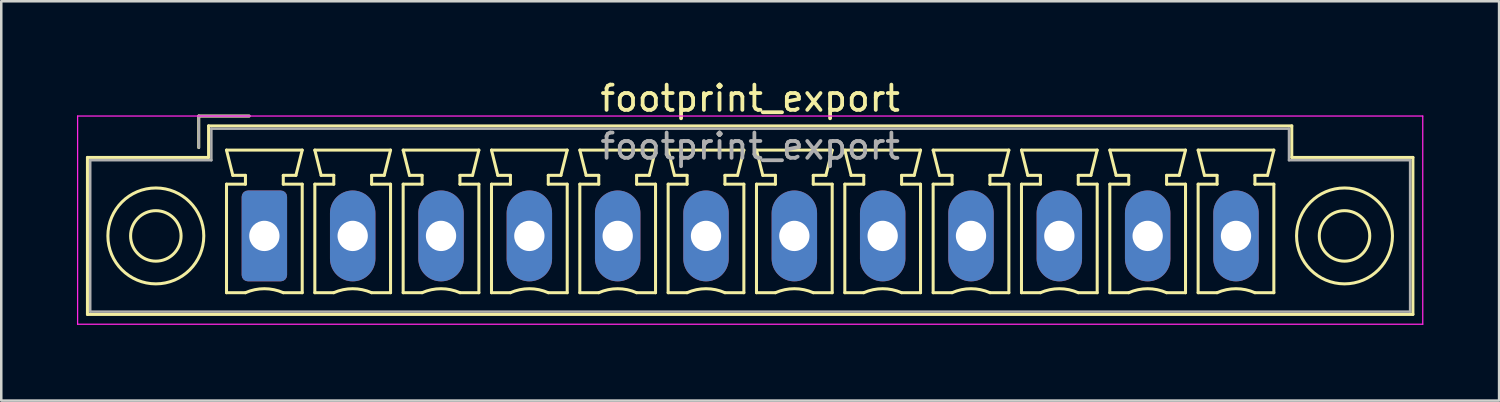
<source format=kicad_pcb>
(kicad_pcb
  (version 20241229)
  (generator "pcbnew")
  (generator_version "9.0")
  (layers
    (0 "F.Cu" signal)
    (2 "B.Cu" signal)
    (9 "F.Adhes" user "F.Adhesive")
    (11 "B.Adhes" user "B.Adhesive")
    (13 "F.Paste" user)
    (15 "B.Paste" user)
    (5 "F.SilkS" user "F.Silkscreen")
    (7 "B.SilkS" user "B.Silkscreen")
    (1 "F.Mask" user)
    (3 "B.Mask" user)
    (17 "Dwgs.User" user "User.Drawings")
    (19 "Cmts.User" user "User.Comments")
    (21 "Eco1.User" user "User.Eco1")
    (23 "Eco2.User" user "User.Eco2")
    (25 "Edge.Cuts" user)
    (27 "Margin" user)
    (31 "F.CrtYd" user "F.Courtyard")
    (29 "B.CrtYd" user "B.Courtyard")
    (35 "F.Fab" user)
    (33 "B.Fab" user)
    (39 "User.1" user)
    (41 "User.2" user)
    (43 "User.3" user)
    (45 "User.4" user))
  (footprint "footprint_export"
    (layer "F.Cu")
    (at 7.425 6.298)
    (property "Reference" "footprint_export" (at 19.25 -5.45 0) (layer "F.SilkS") (effects (font (size 1 1) (thickness 0.15))))
    (attr through_hole)
    (fp_line (start -7.01 -3.11) (end -7.01 3.11) (stroke (width 0.12) (type solid)) (layer "F.SilkS"))
    (fp_line (start -7.01 3.11) (end 45.51 3.11) (stroke (width 0.12) (type solid)) (layer "F.SilkS"))
    (fp_line (start -2.6 -4.75) (end -0.6 -4.75) (stroke (width 0.12) (type solid)) (layer "F.SilkS"))
    (fp_line (start -2.6 -3.5) (end -2.6 -4.75) (stroke (width 0.12) (type solid)) (layer "F.SilkS"))
    (fp_line (start -2.21 -4.36) (end -2.21 -3.11) (stroke (width 0.12) (type solid)) (layer "F.SilkS"))
    (fp_line (start -2.21 -3.11) (end -7.01 -3.11) (stroke (width 0.12) (type solid)) (layer "F.SilkS"))
    (fp_line (start -1.5 -3.4) (end 1.5 -3.4) (stroke (width 0.12) (type solid)) (layer "F.SilkS"))
    (fp_line (start -1.5 -2.05) (end -0.75 -2.05) (stroke (width 0.12) (type solid)) (layer "F.SilkS"))
    (fp_line (start -1.5 2.25) (end -1.5 -2.05) (stroke (width 0.12) (type solid)) (layer "F.SilkS"))
    (fp_line (start -1.25 -2.4) (end -1.5 -3.4) (stroke (width 0.12) (type solid)) (layer "F.SilkS"))
    (fp_line (start -0.75 -2.4) (end -1.25 -2.4) (stroke (width 0.12) (type solid)) (layer "F.SilkS"))
    (fp_line (start -0.75 -2.05) (end -0.75 -2.4) (stroke (width 0.12) (type solid)) (layer "F.SilkS"))
    (fp_line (start -0.75 2.25) (end -1.5 2.25) (stroke (width 0.12) (type solid)) (layer "F.SilkS"))
    (fp_line (start 0.75 -2.4) (end 0.75 -2.05) (stroke (width 0.12) (type solid)) (layer "F.SilkS"))
    (fp_line (start 0.75 -2.05) (end 1.5 -2.05) (stroke (width 0.12) (type solid)) (layer "F.SilkS"))
    (fp_line (start 1.25 -2.4) (end 0.75 -2.4) (stroke (width 0.12) (type solid)) (layer "F.SilkS"))
    (fp_line (start 1.5 -3.4) (end 1.25 -2.4) (stroke (width 0.12) (type solid)) (layer "F.SilkS"))
    (fp_line (start 1.5 -2.05) (end 1.5 2.25) (stroke (width 0.12) (type solid)) (layer "F.SilkS"))
    (fp_line (start 1.5 2.25) (end 0.75 2.25) (stroke (width 0.12) (type solid)) (layer "F.SilkS"))
    (fp_line (start 2 -3.4) (end 5 -3.4) (stroke (width 0.12) (type solid)) (layer "F.SilkS"))
    (fp_line (start 2 -2.05) (end 2.75 -2.05) (stroke (width 0.12) (type solid)) (layer "F.SilkS"))
    (fp_line (start 2 2.25) (end 2 -2.05) (stroke (width 0.12) (type solid)) (layer "F.SilkS"))
    (fp_line (start 2.25 -2.4) (end 2 -3.4) (stroke (width 0.12) (type solid)) (layer "F.SilkS"))
    (fp_line (start 2.75 -2.4) (end 2.25 -2.4) (stroke (width 0.12) (type solid)) (layer "F.SilkS"))
    (fp_line (start 2.75 -2.05) (end 2.75 -2.4) (stroke (width 0.12) (type solid)) (layer "F.SilkS"))
    (fp_line (start 2.75 2.25) (end 2 2.25) (stroke (width 0.12) (type solid)) (layer "F.SilkS"))
    (fp_line (start 4.25 -2.4) (end 4.25 -2.05) (stroke (width 0.12) (type solid)) (layer "F.SilkS"))
    (fp_line (start 4.25 -2.05) (end 5 -2.05) (stroke (width 0.12) (type solid)) (layer "F.SilkS"))
    (fp_line (start 4.75 -2.4) (end 4.25 -2.4) (stroke (width 0.12) (type solid)) (layer "F.SilkS"))
    (fp_line (start 5 -3.4) (end 4.75 -2.4) (stroke (width 0.12) (type solid)) (layer "F.SilkS"))
    (fp_line (start 5 -2.05) (end 5 2.25) (stroke (width 0.12) (type solid)) (layer "F.SilkS"))
    (fp_line (start 5 2.25) (end 4.25 2.25) (stroke (width 0.12) (type solid)) (layer "F.SilkS"))
    (fp_line (start 5.5 -3.4) (end 8.5 -3.4) (stroke (width 0.12) (type solid)) (layer "F.SilkS"))
    (fp_line (start 5.5 -2.05) (end 6.25 -2.05) (stroke (width 0.12) (type solid)) (layer "F.SilkS"))
    (fp_line (start 5.5 2.25) (end 5.5 -2.05) (stroke (width 0.12) (type solid)) (layer "F.SilkS"))
    (fp_line (start 5.75 -2.4) (end 5.5 -3.4) (stroke (width 0.12) (type solid)) (layer "F.SilkS"))
    (fp_line (start 6.25 -2.4) (end 5.75 -2.4) (stroke (width 0.12) (type solid)) (layer "F.SilkS"))
    (fp_line (start 6.25 -2.05) (end 6.25 -2.4) (stroke (width 0.12) (type solid)) (layer "F.SilkS"))
    (fp_line (start 6.25 2.25) (end 5.5 2.25) (stroke (width 0.12) (type solid)) (layer "F.SilkS"))
    (fp_line (start 7.75 -2.4) (end 7.75 -2.05) (stroke (width 0.12) (type solid)) (layer "F.SilkS"))
    (fp_line (start 7.75 -2.05) (end 8.5 -2.05) (stroke (width 0.12) (type solid)) (layer "F.SilkS"))
    (fp_line (start 8.25 -2.4) (end 7.75 -2.4) (stroke (width 0.12) (type solid)) (layer "F.SilkS"))
    (fp_line (start 8.5 -3.4) (end 8.25 -2.4) (stroke (width 0.12) (type solid)) (layer "F.SilkS"))
    (fp_line (start 8.5 -2.05) (end 8.5 2.25) (stroke (width 0.12) (type solid)) (layer "F.SilkS"))
    (fp_line (start 8.5 2.25) (end 7.75 2.25) (stroke (width 0.12) (type solid)) (layer "F.SilkS"))
    (fp_line (start 9 -3.4) (end 12 -3.4) (stroke (width 0.12) (type solid)) (layer "F.SilkS"))
    (fp_line (start 9 -2.05) (end 9.75 -2.05) (stroke (width 0.12) (type solid)) (layer "F.SilkS"))
    (fp_line (start 9 2.25) (end 9 -2.05) (stroke (width 0.12) (type solid)) (layer "F.SilkS"))
    (fp_line (start 9.25 -2.4) (end 9 -3.4) (stroke (width 0.12) (type solid)) (layer "F.SilkS"))
    (fp_line (start 9.75 -2.4) (end 9.25 -2.4) (stroke (width 0.12) (type solid)) (layer "F.SilkS"))
    (fp_line (start 9.75 -2.05) (end 9.75 -2.4) (stroke (width 0.12) (type solid)) (layer "F.SilkS"))
    (fp_line (start 9.75 2.25) (end 9 2.25) (stroke (width 0.12) (type solid)) (layer "F.SilkS"))
    (fp_line (start 11.25 -2.4) (end 11.25 -2.05) (stroke (width 0.12) (type solid)) (layer "F.SilkS"))
    (fp_line (start 11.25 -2.05) (end 12 -2.05) (stroke (width 0.12) (type solid)) (layer "F.SilkS"))
    (fp_line (start 11.75 -2.4) (end 11.25 -2.4) (stroke (width 0.12) (type solid)) (layer "F.SilkS"))
    (fp_line (start 12 -3.4) (end 11.75 -2.4) (stroke (width 0.12) (type solid)) (layer "F.SilkS"))
    (fp_line (start 12 -2.05) (end 12 2.25) (stroke (width 0.12) (type solid)) (layer "F.SilkS"))
    (fp_line (start 12 2.25) (end 11.25 2.25) (stroke (width 0.12) (type solid)) (layer "F.SilkS"))
    (fp_line (start 12.5 -3.4) (end 15.5 -3.4) (stroke (width 0.12) (type solid)) (layer "F.SilkS"))
    (fp_line (start 12.5 -2.05) (end 13.25 -2.05) (stroke (width 0.12) (type solid)) (layer "F.SilkS"))
    (fp_line (start 12.5 2.25) (end 12.5 -2.05) (stroke (width 0.12) (type solid)) (layer "F.SilkS"))
    (fp_line (start 12.75 -2.4) (end 12.5 -3.4) (stroke (width 0.12) (type solid)) (layer "F.SilkS"))
    (fp_line (start 13.25 -2.4) (end 12.75 -2.4) (stroke (width 0.12) (type solid)) (layer "F.SilkS"))
    (fp_line (start 13.25 -2.05) (end 13.25 -2.4) (stroke (width 0.12) (type solid)) (layer "F.SilkS"))
    (fp_line (start 13.25 2.25) (end 12.5 2.25) (stroke (width 0.12) (type solid)) (layer "F.SilkS"))
    (fp_line (start 14.75 -2.4) (end 14.75 -2.05) (stroke (width 0.12) (type solid)) (layer "F.SilkS"))
    (fp_line (start 14.75 -2.05) (end 15.5 -2.05) (stroke (width 0.12) (type solid)) (layer "F.SilkS"))
    (fp_line (start 15.25 -2.4) (end 14.75 -2.4) (stroke (width 0.12) (type solid)) (layer "F.SilkS"))
    (fp_line (start 15.5 -3.4) (end 15.25 -2.4) (stroke (width 0.12) (type solid)) (layer "F.SilkS"))
    (fp_line (start 15.5 -2.05) (end 15.5 2.25) (stroke (width 0.12) (type solid)) (layer "F.SilkS"))
    (fp_line (start 15.5 2.25) (end 14.75 2.25) (stroke (width 0.12) (type solid)) (layer "F.SilkS"))
    (fp_line (start 16 -3.4) (end 19 -3.4) (stroke (width 0.12) (type solid)) (layer "F.SilkS"))
    (fp_line (start 16 -2.05) (end 16.75 -2.05) (stroke (width 0.12) (type solid)) (layer "F.SilkS"))
    (fp_line (start 16 2.25) (end 16 -2.05) (stroke (width 0.12) (type solid)) (layer "F.SilkS"))
    (fp_line (start 16.25 -2.4) (end 16 -3.4) (stroke (width 0.12) (type solid)) (layer "F.SilkS"))
    (fp_line (start 16.75 -2.4) (end 16.25 -2.4) (stroke (width 0.12) (type solid)) (layer "F.SilkS"))
    (fp_line (start 16.75 -2.05) (end 16.75 -2.4) (stroke (width 0.12) (type solid)) (layer "F.SilkS"))
    (fp_line (start 16.75 2.25) (end 16 2.25) (stroke (width 0.12) (type solid)) (layer "F.SilkS"))
    (fp_line (start 18.25 -2.4) (end 18.25 -2.05) (stroke (width 0.12) (type solid)) (layer "F.SilkS"))
    (fp_line (start 18.25 -2.05) (end 19 -2.05) (stroke (width 0.12) (type solid)) (layer "F.SilkS"))
    (fp_line (start 18.75 -2.4) (end 18.25 -2.4) (stroke (width 0.12) (type solid)) (layer "F.SilkS"))
    (fp_line (start 19 -3.4) (end 18.75 -2.4) (stroke (width 0.12) (type solid)) (layer "F.SilkS"))
    (fp_line (start 19 -2.05) (end 19 2.25) (stroke (width 0.12) (type solid)) (layer "F.SilkS"))
    (fp_line (start 19 2.25) (end 18.25 2.25) (stroke (width 0.12) (type solid)) (layer "F.SilkS"))
    (fp_line (start 19.5 -3.4) (end 22.5 -3.4) (stroke (width 0.12) (type solid)) (layer "F.SilkS"))
    (fp_line (start 19.5 -2.05) (end 20.25 -2.05) (stroke (width 0.12) (type solid)) (layer "F.SilkS"))
    (fp_line (start 19.5 2.25) (end 19.5 -2.05) (stroke (width 0.12) (type solid)) (layer "F.SilkS"))
    (fp_line (start 19.75 -2.4) (end 19.5 -3.4) (stroke (width 0.12) (type solid)) (layer "F.SilkS"))
    (fp_line (start 20.25 -2.4) (end 19.75 -2.4) (stroke (width 0.12) (type solid)) (layer "F.SilkS"))
    (fp_line (start 20.25 -2.05) (end 20.25 -2.4) (stroke (width 0.12) (type solid)) (layer "F.SilkS"))
    (fp_line (start 20.25 2.25) (end 19.5 2.25) (stroke (width 0.12) (type solid)) (layer "F.SilkS"))
    (fp_line (start 21.75 -2.4) (end 21.75 -2.05) (stroke (width 0.12) (type solid)) (layer "F.SilkS"))
    (fp_line (start 21.75 -2.05) (end 22.5 -2.05) (stroke (width 0.12) (type solid)) (layer "F.SilkS"))
    (fp_line (start 22.25 -2.4) (end 21.75 -2.4) (stroke (width 0.12) (type solid)) (layer "F.SilkS"))
    (fp_line (start 22.5 -3.4) (end 22.25 -2.4) (stroke (width 0.12) (type solid)) (layer "F.SilkS"))
    (fp_line (start 22.5 -2.05) (end 22.5 2.25) (stroke (width 0.12) (type solid)) (layer "F.SilkS"))
    (fp_line (start 22.5 2.25) (end 21.75 2.25) (stroke (width 0.12) (type solid)) (layer "F.SilkS"))
    (fp_line (start 23 -3.4) (end 26 -3.4) (stroke (width 0.12) (type solid)) (layer "F.SilkS"))
    (fp_line (start 23 -2.05) (end 23.75 -2.05) (stroke (width 0.12) (type solid)) (layer "F.SilkS"))
    (fp_line (start 23 2.25) (end 23 -2.05) (stroke (width 0.12) (type solid)) (layer "F.SilkS"))
    (fp_line (start 23.25 -2.4) (end 23 -3.4) (stroke (width 0.12) (type solid)) (layer "F.SilkS"))
    (fp_line (start 23.75 -2.4) (end 23.25 -2.4) (stroke (width 0.12) (type solid)) (layer "F.SilkS"))
    (fp_line (start 23.75 -2.05) (end 23.75 -2.4) (stroke (width 0.12) (type solid)) (layer "F.SilkS"))
    (fp_line (start 23.75 2.25) (end 23 2.25) (stroke (width 0.12) (type solid)) (layer "F.SilkS"))
    (fp_line (start 25.25 -2.4) (end 25.25 -2.05) (stroke (width 0.12) (type solid)) (layer "F.SilkS"))
    (fp_line (start 25.25 -2.05) (end 26 -2.05) (stroke (width 0.12) (type solid)) (layer "F.SilkS"))
    (fp_line (start 25.75 -2.4) (end 25.25 -2.4) (stroke (width 0.12) (type solid)) (layer "F.SilkS"))
    (fp_line (start 26 -3.4) (end 25.75 -2.4) (stroke (width 0.12) (type solid)) (layer "F.SilkS"))
    (fp_line (start 26 -2.05) (end 26 2.25) (stroke (width 0.12) (type solid)) (layer "F.SilkS"))
    (fp_line (start 26 2.25) (end 25.25 2.25) (stroke (width 0.12) (type solid)) (layer "F.SilkS"))
    (fp_line (start 26.5 -3.4) (end 29.5 -3.4) (stroke (width 0.12) (type solid)) (layer "F.SilkS"))
    (fp_line (start 26.5 -2.05) (end 27.25 -2.05) (stroke (width 0.12) (type solid)) (layer "F.SilkS"))
    (fp_line (start 26.5 2.25) (end 26.5 -2.05) (stroke (width 0.12) (type solid)) (layer "F.SilkS"))
    (fp_line (start 26.75 -2.4) (end 26.5 -3.4) (stroke (width 0.12) (type solid)) (layer "F.SilkS"))
    (fp_line (start 27.25 -2.4) (end 26.75 -2.4) (stroke (width 0.12) (type solid)) (layer "F.SilkS"))
    (fp_line (start 27.25 -2.05) (end 27.25 -2.4) (stroke (width 0.12) (type solid)) (layer "F.SilkS"))
    (fp_line (start 27.25 2.25) (end 26.5 2.25) (stroke (width 0.12) (type solid)) (layer "F.SilkS"))
    (fp_line (start 28.75 -2.4) (end 28.75 -2.05) (stroke (width 0.12) (type solid)) (layer "F.SilkS"))
    (fp_line (start 28.75 -2.05) (end 29.5 -2.05) (stroke (width 0.12) (type solid)) (layer "F.SilkS"))
    (fp_line (start 29.25 -2.4) (end 28.75 -2.4) (stroke (width 0.12) (type solid)) (layer "F.SilkS"))
    (fp_line (start 29.5 -3.4) (end 29.25 -2.4) (stroke (width 0.12) (type solid)) (layer "F.SilkS"))
    (fp_line (start 29.5 -2.05) (end 29.5 2.25) (stroke (width 0.12) (type solid)) (layer "F.SilkS"))
    (fp_line (start 29.5 2.25) (end 28.75 2.25) (stroke (width 0.12) (type solid)) (layer "F.SilkS"))
    (fp_line (start 30 -3.4) (end 33 -3.4) (stroke (width 0.12) (type solid)) (layer "F.SilkS"))
    (fp_line (start 30 -2.05) (end 30.75 -2.05) (stroke (width 0.12) (type solid)) (layer "F.SilkS"))
    (fp_line (start 30 2.25) (end 30 -2.05) (stroke (width 0.12) (type solid)) (layer "F.SilkS"))
    (fp_line (start 30.25 -2.4) (end 30 -3.4) (stroke (width 0.12) (type solid)) (layer "F.SilkS"))
    (fp_line (start 30.75 -2.4) (end 30.25 -2.4) (stroke (width 0.12) (type solid)) (layer "F.SilkS"))
    (fp_line (start 30.75 -2.05) (end 30.75 -2.4) (stroke (width 0.12) (type solid)) (layer "F.SilkS"))
    (fp_line (start 30.75 2.25) (end 30 2.25) (stroke (width 0.12) (type solid)) (layer "F.SilkS"))
    (fp_line (start 32.25 -2.4) (end 32.25 -2.05) (stroke (width 0.12) (type solid)) (layer "F.SilkS"))
    (fp_line (start 32.25 -2.05) (end 33 -2.05) (stroke (width 0.12) (type solid)) (layer "F.SilkS"))
    (fp_line (start 32.75 -2.4) (end 32.25 -2.4) (stroke (width 0.12) (type solid)) (layer "F.SilkS"))
    (fp_line (start 33 -3.4) (end 32.75 -2.4) (stroke (width 0.12) (type solid)) (layer "F.SilkS"))
    (fp_line (start 33 -2.05) (end 33 2.25) (stroke (width 0.12) (type solid)) (layer "F.SilkS"))
    (fp_line (start 33 2.25) (end 32.25 2.25) (stroke (width 0.12) (type solid)) (layer "F.SilkS"))
    (fp_line (start 33.5 -3.4) (end 36.5 -3.4) (stroke (width 0.12) (type solid)) (layer "F.SilkS"))
    (fp_line (start 33.5 -2.05) (end 34.25 -2.05) (stroke (width 0.12) (type solid)) (layer "F.SilkS"))
    (fp_line (start 33.5 2.25) (end 33.5 -2.05) (stroke (width 0.12) (type solid)) (layer "F.SilkS"))
    (fp_line (start 33.75 -2.4) (end 33.5 -3.4) (stroke (width 0.12) (type solid)) (layer "F.SilkS"))
    (fp_line (start 34.25 -2.4) (end 33.75 -2.4) (stroke (width 0.12) (type solid)) (layer "F.SilkS"))
    (fp_line (start 34.25 -2.05) (end 34.25 -2.4) (stroke (width 0.12) (type solid)) (layer "F.SilkS"))
    (fp_line (start 34.25 2.25) (end 33.5 2.25) (stroke (width 0.12) (type solid)) (layer "F.SilkS"))
    (fp_line (start 35.75 -2.4) (end 35.75 -2.05) (stroke (width 0.12) (type solid)) (layer "F.SilkS"))
    (fp_line (start 35.75 -2.05) (end 36.5 -2.05) (stroke (width 0.12) (type solid)) (layer "F.SilkS"))
    (fp_line (start 36.25 -2.4) (end 35.75 -2.4) (stroke (width 0.12) (type solid)) (layer "F.SilkS"))
    (fp_line (start 36.5 -3.4) (end 36.25 -2.4) (stroke (width 0.12) (type solid)) (layer "F.SilkS"))
    (fp_line (start 36.5 -2.05) (end 36.5 2.25) (stroke (width 0.12) (type solid)) (layer "F.SilkS"))
    (fp_line (start 36.5 2.25) (end 35.75 2.25) (stroke (width 0.12) (type solid)) (layer "F.SilkS"))
    (fp_line (start 37 -3.4) (end 40 -3.4) (stroke (width 0.12) (type solid)) (layer "F.SilkS"))
    (fp_line (start 37 -2.05) (end 37.75 -2.05) (stroke (width 0.12) (type solid)) (layer "F.SilkS"))
    (fp_line (start 37 2.25) (end 37 -2.05) (stroke (width 0.12) (type solid)) (layer "F.SilkS"))
    (fp_line (start 37.25 -2.4) (end 37 -3.4) (stroke (width 0.12) (type solid)) (layer "F.SilkS"))
    (fp_line (start 37.75 -2.4) (end 37.25 -2.4) (stroke (width 0.12) (type solid)) (layer "F.SilkS"))
    (fp_line (start 37.75 -2.05) (end 37.75 -2.4) (stroke (width 0.12) (type solid)) (layer "F.SilkS"))
    (fp_line (start 37.75 2.25) (end 37 2.25) (stroke (width 0.12) (type solid)) (layer "F.SilkS"))
    (fp_line (start 39.25 -2.4) (end 39.25 -2.05) (stroke (width 0.12) (type solid)) (layer "F.SilkS"))
    (fp_line (start 39.25 -2.05) (end 40 -2.05) (stroke (width 0.12) (type solid)) (layer "F.SilkS"))
    (fp_line (start 39.75 -2.4) (end 39.25 -2.4) (stroke (width 0.12) (type solid)) (layer "F.SilkS"))
    (fp_line (start 40 -3.4) (end 39.75 -2.4) (stroke (width 0.12) (type solid)) (layer "F.SilkS"))
    (fp_line (start 40 -2.05) (end 40 2.25) (stroke (width 0.12) (type solid)) (layer "F.SilkS"))
    (fp_line (start 40 2.25) (end 39.25 2.25) (stroke (width 0.12) (type solid)) (layer "F.SilkS"))
    (fp_line (start 40.71 -4.36) (end -2.21 -4.36) (stroke (width 0.12) (type solid)) (layer "F.SilkS"))
    (fp_line (start 40.71 -3.11) (end 40.71 -4.36) (stroke (width 0.12) (type solid)) (layer "F.SilkS"))
    (fp_line (start 45.51 -3.11) (end 40.71 -3.11) (stroke (width 0.12) (type solid)) (layer "F.SilkS"))
    (fp_line (start 45.51 3.11) (end 45.51 -3.11) (stroke (width 0.12) (type solid)) (layer "F.SilkS"))
    (fp_arc (start -0.75 2.25) (mid -0.000193 2.09191) (end 0.749647 2.249844) (stroke (width 0.12) (type solid)) (layer "F.SilkS"))
    (fp_arc (start 2.75 2.25) (mid 3.499807 2.09191) (end 4.249647 2.249844) (stroke (width 0.12) (type solid)) (layer "F.SilkS"))
    (fp_arc (start 6.25 2.25) (mid 6.999807 2.09191) (end 7.749647 2.249844) (stroke (width 0.12) (type solid)) (layer "F.SilkS"))
    (fp_arc (start 9.75 2.25) (mid 10.499807 2.09191) (end 11.249647 2.249844) (stroke (width 0.12) (type solid)) (layer "F.SilkS"))
    (fp_arc (start 13.25 2.25) (mid 13.999807 2.09191) (end 14.749647 2.249844) (stroke (width 0.12) (type solid)) (layer "F.SilkS"))
    (fp_arc (start 16.75 2.25) (mid 17.499807 2.09191) (end 18.249647 2.249844) (stroke (width 0.12) (type solid)) (layer "F.SilkS"))
    (fp_arc (start 20.25 2.25) (mid 20.999807 2.09191) (end 21.749647 2.249844) (stroke (width 0.12) (type solid)) (layer "F.SilkS"))
    (fp_arc (start 23.75 2.25) (mid 24.499807 2.09191) (end 25.249647 2.249844) (stroke (width 0.12) (type solid)) (layer "F.SilkS"))
    (fp_arc (start 27.25 2.25) (mid 27.999807 2.09191) (end 28.749647 2.249844) (stroke (width 0.12) (type solid)) (layer "F.SilkS"))
    (fp_arc (start 30.75 2.25) (mid 31.499807 2.09191) (end 32.249647 2.249844) (stroke (width 0.12) (type solid)) (layer "F.SilkS"))
    (fp_arc (start 34.25 2.25) (mid 34.999807 2.09191) (end 35.749647 2.249844) (stroke (width 0.12) (type solid)) (layer "F.SilkS"))
    (fp_arc (start 37.75 2.25) (mid 38.499807 2.09191) (end 39.249647 2.249844) (stroke (width 0.12) (type solid)) (layer "F.SilkS"))
    (fp_circle (center -4.3 0) (end -3.3 0) (stroke (width 0.12) (type solid)) (fill no) (layer "F.SilkS"))
    (fp_circle (center -4.3 0) (end -2.4 0) (stroke (width 0.12) (type solid)) (fill no) (layer "F.SilkS"))
    (fp_circle (center 42.8 0) (end 43.8 0) (stroke (width 0.12) (type solid)) (fill no) (layer "F.SilkS"))
    (fp_circle (center 42.8 0) (end 44.7 0) (stroke (width 0.12) (type solid)) (fill no) (layer "F.SilkS"))
    (fp_line (start -7.4 -4.75) (end -7.4 3.5) (stroke (width 0.05) (type solid)) (layer "F.CrtYd"))
    (fp_line (start -7.4 3.5) (end 45.9 3.5) (stroke (width 0.05) (type solid)) (layer "F.CrtYd"))
    (fp_line (start 45.9 -4.75) (end -7.4 -4.75) (stroke (width 0.05) (type solid)) (layer "F.CrtYd"))
    (fp_line (start 45.9 3.5) (end 45.9 -4.75) (stroke (width 0.05) (type solid)) (layer "F.CrtYd"))
    (fp_line (start -6.9 -3) (end -6.9 3) (stroke (width 0.1) (type solid)) (layer "F.Fab"))
    (fp_line (start -6.9 3) (end 45.4 3) (stroke (width 0.1) (type solid)) (layer "F.Fab"))
    (fp_line (start -2.6 -4.75) (end -0.6 -4.75) (stroke (width 0.1) (type solid)) (layer "F.Fab"))
    (fp_line (start -2.6 -3.5) (end -2.6 -4.75) (stroke (width 0.1) (type solid)) (layer "F.Fab"))
    (fp_line (start -2.1 -4.25) (end -2.1 -3) (stroke (width 0.1) (type solid)) (layer "F.Fab"))
    (fp_line (start -2.1 -3) (end -6.9 -3) (stroke (width 0.1) (type solid)) (layer "F.Fab"))
    (fp_line (start 40.6 -4.25) (end -2.1 -4.25) (stroke (width 0.1) (type solid)) (layer "F.Fab"))
    (fp_line (start 40.6 -3) (end 40.6 -4.25) (stroke (width 0.1) (type solid)) (layer "F.Fab"))
    (fp_line (start 45.4 -3) (end 40.6 -3) (stroke (width 0.1) (type solid)) (layer "F.Fab"))
    (fp_line (start 45.4 3) (end 45.4 -3) (stroke (width 0.1) (type solid)) (layer "F.Fab"))
    (fp_text user "${REFERENCE}" (at 19.25 -3.55 0) (layer "F.Fab") (effects (font (size 1 1) (thickness 0.15))))
    (pad "1" thru_hole roundrect (at 0 0) (size 1.8 3.6) (drill 1.2) (layers "*.Cu" "*.Mask") (roundrect_rratio 0.139))
    (pad "2" thru_hole oval (at 3.5 0) (size 1.8 3.6) (drill 1.2) (layers "*.Cu" "*.Mask"))
    (pad "3" thru_hole oval (at 7 0) (size 1.8 3.6) (drill 1.2) (layers "*.Cu" "*.Mask"))
    (pad "4" thru_hole oval (at 10.5 0) (size 1.8 3.6) (drill 1.2) (layers "*.Cu" "*.Mask"))
    (pad "5" thru_hole oval (at 14 0) (size 1.8 3.6) (drill 1.2) (layers "*.Cu" "*.Mask"))
    (pad "6" thru_hole oval (at 17.5 0) (size 1.8 3.6) (drill 1.2) (layers "*.Cu" "*.Mask"))
    (pad "7" thru_hole oval (at 21 0) (size 1.8 3.6) (drill 1.2) (layers "*.Cu" "*.Mask"))
    (pad "8" thru_hole oval (at 24.5 0) (size 1.8 3.6) (drill 1.2) (layers "*.Cu" "*.Mask"))
    (pad "9" thru_hole oval (at 28 0) (size 1.8 3.6) (drill 1.2) (layers "*.Cu" "*.Mask"))
    (pad "10" thru_hole oval (at 31.5 0) (size 1.8 3.6) (drill 1.2) (layers "*.Cu" "*.Mask"))
    (pad "11" thru_hole oval (at 35 0) (size 1.8 3.6) (drill 1.2) (layers "*.Cu" "*.Mask"))
    (pad "12" thru_hole oval (at 38.5 0) (size 1.8 3.6) (drill 1.2) (layers "*.Cu" "*.Mask")))
  (gr_rect
    (start -3 -3)
    (end 56.35 12.823)
    (stroke (width 0.1) (type default))
    (fill no)
    (layer "Edge.Cuts")))
</source>
